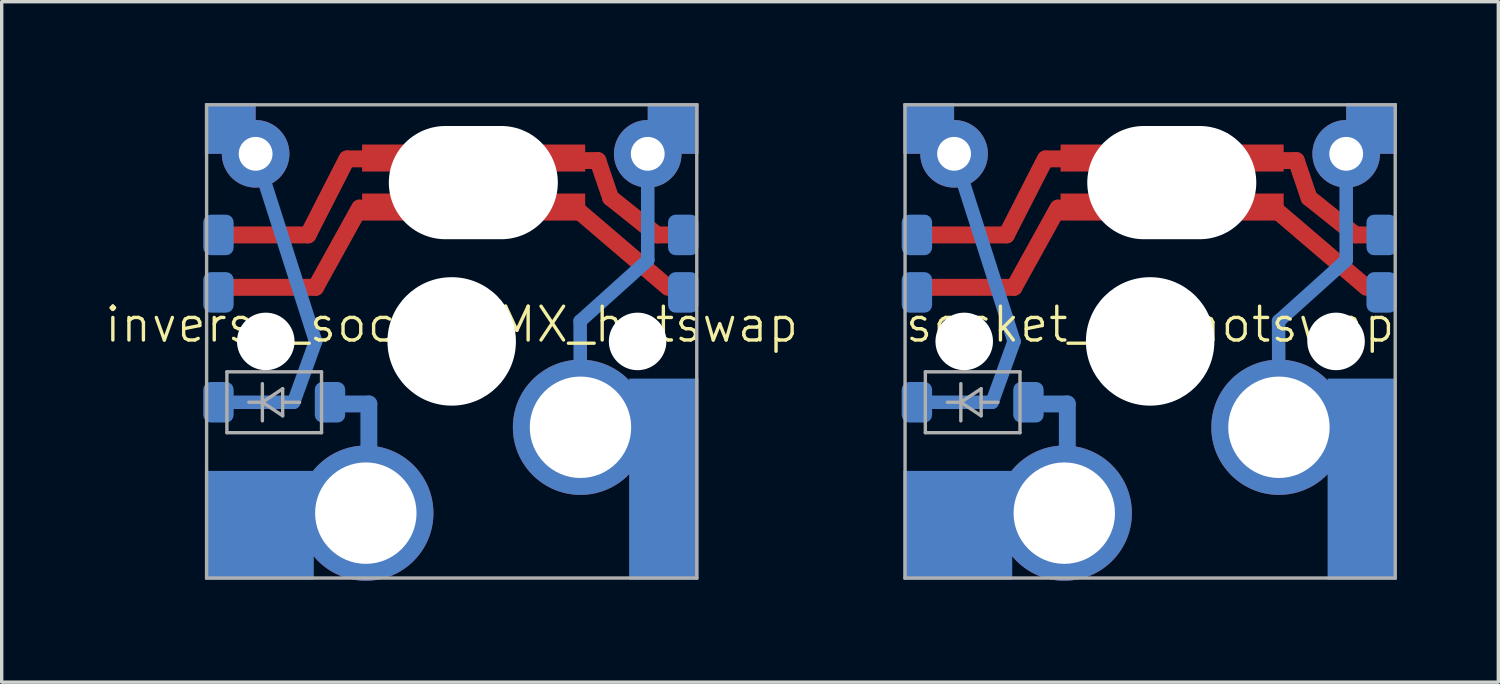
<source format=kicad_pcb>
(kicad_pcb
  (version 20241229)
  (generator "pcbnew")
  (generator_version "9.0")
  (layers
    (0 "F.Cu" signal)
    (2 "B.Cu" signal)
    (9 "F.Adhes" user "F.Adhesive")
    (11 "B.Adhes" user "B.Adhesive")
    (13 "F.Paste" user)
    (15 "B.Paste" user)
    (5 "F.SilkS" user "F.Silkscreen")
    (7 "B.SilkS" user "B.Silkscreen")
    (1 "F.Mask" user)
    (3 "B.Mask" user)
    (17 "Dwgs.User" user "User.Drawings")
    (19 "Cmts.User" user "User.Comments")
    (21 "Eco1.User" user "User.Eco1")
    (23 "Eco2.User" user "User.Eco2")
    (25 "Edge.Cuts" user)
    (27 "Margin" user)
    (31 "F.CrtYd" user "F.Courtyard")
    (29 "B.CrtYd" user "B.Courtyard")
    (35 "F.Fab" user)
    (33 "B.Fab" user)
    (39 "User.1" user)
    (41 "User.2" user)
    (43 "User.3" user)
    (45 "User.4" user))
  (footprint "socket_MX_hotswap"
    (layer "F.Cu")
    (at 30.974 7.05)
    (property "Reference" "socket_MX_hotswap" (at 0 -0.5 0) (unlocked yes) (layer "F.SilkS") (effects (font (size 1 1) (thickness 0.1))))
    (fp_line (start -4.25 -3.15) (end -6.775 -3.15) (stroke (width 0.5) (type default)) (layer "F.Cu"))
    (fp_line (start -4.025 -1.6) (end -6.9 -1.6) (stroke (width 0.5) (type default)) (layer "F.Cu"))
    (fp_line (start -3.1 -5.4) (end -4.25 -3.15) (stroke (width 0.5) (type default)) (layer "F.Cu"))
    (fp_line (start -2.725 -3.95) (end -4.025 -1.6) (stroke (width 0.5) (type default)) (layer "F.Cu"))
    (fp_line (start -2.425 -5.4) (end -3.075 -5.4) (stroke (width 0.5) (type default)) (layer "F.Cu"))
    (fp_line (start 4.325 -5.35) (end 3.675 -5.35) (stroke (width 0.5) (type default)) (layer "F.Cu"))
    (fp_line (start 4.7 -4.25) (end 4.325 -5.35) (stroke (width 0.5) (type default)) (layer "F.Cu"))
    (fp_line (start 6.075 -3.15) (end 4.7 -4.25) (stroke (width 0.5) (type default)) (layer "F.Cu"))
    (fp_line (start 6.4 -1.6) (end 3.65 -3.95) (stroke (width 0.5) (type default)) (layer "F.Cu"))
    (fp_line (start 6.725 -3.15) (end 6.075 -3.15) (stroke (width 0.5) (type default)) (layer "F.Cu"))
    (fp_line (start -6.9 1.8) (end -4.675 1.8) (stroke (width 0.4) (type default)) (layer "B.Cu"))
    (fp_line (start -4.675 1.8) (end -4.025 0) (stroke (width 0.4) (type default)) (layer "B.Cu"))
    (fp_line (start -4.025 0) (end -5.8 -5.55) (stroke (width 0.4) (type default)) (layer "B.Cu"))
    (fp_line (start -2.45 1.85) (end -3.1 1.85) (stroke (width 0.5) (type default)) (layer "B.Cu"))
    (fp_line (start -2.45 1.85) (end -2.45 3.3) (stroke (width 0.5) (type default)) (layer "B.Cu"))
    (fp_line (start 3.81 2.54) (end 3.8 -0.6) (stroke (width 0.4) (type default)) (layer "B.Cu"))
    (fp_line (start 5.8 -5.55) (end 5.8 -2.4) (stroke (width 0.4) (type default)) (layer "B.Cu"))
    (fp_line (start 5.8 -2.4) (end 3.8 -0.6) (stroke (width 0.4) (type default)) (layer "B.Cu"))
    (fp_line (start -6.9 6.9) (end -6.9 -6.9) (stroke (width 0.15) (type solid)) (layer "Eco2.User"))
    (fp_line (start -6.9 6.9) (end 6.9 6.9) (stroke (width 0.15) (type solid)) (layer "Eco2.User"))
    (fp_line (start -1.776 -3.09) (end -1.776 -6.29) (stroke (width 0.15) (type solid)) (layer "Eco2.User"))
    (fp_line (start -1.776 -3.09) (end 3.05 -3.09) (stroke (width 0.15) (type solid)) (layer "Eco2.User"))
    (fp_line (start 3.05 -6.29) (end -1.776 -6.29) (stroke (width 0.15) (type solid)) (layer "Eco2.User"))
    (fp_line (start 3.05 -3.09) (end 3.05 -6.29) (stroke (width 0.15) (type solid)) (layer "Eco2.User"))
    (fp_line (start 6.9 -6.9) (end -6.9 -6.9) (stroke (width 0.15) (type solid)) (layer "Eco2.User"))
    (fp_line (start 6.9 -6.9) (end 6.9 6.9) (stroke (width 0.15) (type solid)) (layer "Eco2.User"))
    (fp_line (start -7.25 -7) (end -7.25 7) (stroke (width 0.1) (type default)) (layer "F.Fab"))
    (fp_line (start -7.25 7) (end 7.25 7) (stroke (width 0.1) (type default)) (layer "F.Fab"))
    (fp_line (start -6.65 0.9) (end -3.85 0.9) (stroke (width 0.1) (type solid)) (layer "F.Fab"))
    (fp_line (start -6.65 2.7) (end -6.65 0.9) (stroke (width 0.1) (type solid)) (layer "F.Fab"))
    (fp_line (start -6 1.8) (end -5.6 1.8) (stroke (width 0.1) (type solid)) (layer "F.Fab"))
    (fp_line (start -5.6 1.8) (end -5.6 1.25) (stroke (width 0.1) (type solid)) (layer "F.Fab"))
    (fp_line (start -5.6 1.8) (end -5.6 2.35) (stroke (width 0.1) (type solid)) (layer "F.Fab"))
    (fp_line (start -5.6 1.8) (end -5 1.4) (stroke (width 0.1) (type solid)) (layer "F.Fab"))
    (fp_line (start -5 1.4) (end -5 2.2) (stroke (width 0.1) (type solid)) (layer "F.Fab"))
    (fp_line (start -5 1.8) (end -4.5 1.8) (stroke (width 0.1) (type solid)) (layer "F.Fab"))
    (fp_line (start -5 2.2) (end -5.6 1.8) (stroke (width 0.1) (type solid)) (layer "F.Fab"))
    (fp_line (start -3.85 0.9) (end -3.85 2.7) (stroke (width 0.1) (type solid)) (layer "F.Fab"))
    (fp_line (start -3.85 2.7) (end -6.65 2.7) (stroke (width 0.1) (type solid)) (layer "F.Fab"))
    (fp_line (start -0.95 -6.1) (end 2.25 -6.1) (stroke (width 0.127) (type solid)) (layer "F.Fab"))
    (fp_line (start -0.95 -3.3) (end -0.95 -6.1) (stroke (width 0.127) (type solid)) (layer "F.Fab"))
    (fp_line (start 2.25 -6.1) (end 2.25 -3.3) (stroke (width 0.127) (type solid)) (layer "F.Fab"))
    (fp_line (start 2.25 -3.3) (end -0.95 -3.3) (stroke (width 0.127) (type solid)) (layer "F.Fab"))
    (fp_line (start 7.25 -7) (end -7.25 -7) (stroke (width 0.1) (type default)) (layer "F.Fab"))
    (fp_line (start 7.25 7) (end 7.25 -7) (stroke (width 0.1) (type default)) (layer "F.Fab"))
    (pad "" smd rect (at -6.55 -6.3) (size 1.5 1.5) (layers "*.Paste" "*.Mask" "F.Cu"))
    (pad "" smd rect (at -6.55 -6.3) (size 1.5 1.5) (layers "B.Cu" "B.Mask" "B.Paste"))
    (pad "" smd rect (at -5.69 5.44) (size 3.22 3.22) (layers "B.Cu" "B.Mask" "B.Paste"))
    (pad "" np_thru_hole circle (at -5.5 0 180) (size 1.702 1.702) (drill 1.702) (layers "*.Cu" "*.Mask"))
    (pad "" smd roundrect (at -3.6 1.8) (size 0.9 1.2) (layers "B.Cu" "B.Mask" "B.Paste") (roundrect_rratio 0.25))
    (pad "" thru_hole circle (at -2.54 5.08) (size 4 4) (drill 3) (layers "*.Cu" "*.Mask"))
    (pad "" np_thru_hole circle (at 0 0) (size 3.8 3.8) (drill 5) (layers "*.Cu" "*.Mask"))
    (pad "" np_thru_hole oval (at 0.64 -4.698 180) (size 5 3.35) (drill oval 5 3.35) (layers "*.Cu" "*.Mask"))
    (pad "" np_thru_hole circle (at 0.65 -4.7) (size 3.3 3.3) (drill 3.3) (layers "*.Cu" "*.Mask"))
    (pad "" thru_hole circle (at 3.81 2.54) (size 4 4) (drill 3) (layers "*.Cu" "*.Mask"))
    (pad "" np_thru_hole circle (at 5.5 0 180) (size 1.702 1.702) (drill 1.702) (layers "*.Cu" "*.Mask"))
    (pad "" smd rect (at 6.275 4.075) (size 2.05 5.95) (layers "B.Cu" "B.Mask" "B.Paste"))
    (pad "" smd rect (at 6.55 -6.3) (size 1.5 1.5) (layers "*.Paste" "*.Mask" "F.Cu"))
    (pad "" smd rect (at 6.55 -6.3) (size 1.5 1.5) (layers "B.Cu" "B.Mask" "B.Paste"))
    (pad "1" smd roundrect (at -6.9 1.8) (size 0.9 1.2) (layers "B.Cu" "B.Mask" "B.Paste") (roundrect_rratio 0.25))
    (pad "1" thru_hole circle (at -5.8 -5.55) (size 2 2) (drill 1) (layers "*.Cu" "*.Mask"))
    (pad "2" thru_hole circle (at 5.8 -5.55) (size 2 2) (drill 1) (layers "*.Cu" "*.Mask"))
    (pad "3" smd roundrect (at -6.9 -3.15) (size 0.9 1.2) (layers "*.Paste" "*.Mask" "B.Cu") (roundrect_rratio 0.25))
    (pad "3" smd rect (at 3.25 -5.425) (size 1.4 0.8) (layers "*.Paste" "*.Mask" "F.Cu"))
    (pad "4" smd roundrect (at -6.9 -1.45) (size 0.9 1.2) (layers "*.Paste" "*.Mask" "B.Cu") (roundrect_rratio 0.25))
    (pad "4" smd rect (at -1.95 -5.425) (size 1.4 0.8) (layers "*.Paste" "*.Mask" "F.Cu"))
    (pad "4" smd rect (at -1.95 -3.975) (size 1.4 0.8) (layers "*.Paste" "*.Mask" "F.Cu"))
    (pad "5" smd roundrect (at 6.85 -1.45) (size 0.9 1.2) (layers "*.Paste" "*.Mask" "B.Cu") (roundrect_rratio 0.25))
    (pad "6" smd rect (at 3.25 -3.975) (size 1.4 0.8) (layers "*.Paste" "*.Mask" "F.Cu"))
    (pad "6" smd roundrect (at 6.85 -3.15) (size 0.9 1.2) (layers "*.Paste" "*.Mask" "B.Cu") (roundrect_rratio 0.25)))
  (footprint "inverse_socket_MX_hotswap"
    (layer "F.Cu")
    (at 10.312 7.05)
    (property "Reference" "inverse_socket_MX_hotswap" (at 0 -0.5 0) (unlocked yes) (layer "F.SilkS") (effects (font (size 1 1) (thickness 0.1))))
    (fp_line (start -4.25 -3.15) (end -6.775 -3.15) (stroke (width 0.5) (type default)) (layer "F.Cu"))
    (fp_line (start -4.025 -1.6) (end -6.9 -1.6) (stroke (width 0.5) (type default)) (layer "F.Cu"))
    (fp_line (start -3.1 -5.4) (end -4.25 -3.15) (stroke (width 0.5) (type default)) (layer "F.Cu"))
    (fp_line (start -2.725 -3.95) (end -4.025 -1.6) (stroke (width 0.5) (type default)) (layer "F.Cu"))
    (fp_line (start -2.425 -5.4) (end -3.075 -5.4) (stroke (width 0.5) (type default)) (layer "F.Cu"))
    (fp_line (start 4.325 -5.35) (end 3.675 -5.35) (stroke (width 0.5) (type default)) (layer "F.Cu"))
    (fp_line (start 4.7 -4.25) (end 4.325 -5.35) (stroke (width 0.5) (type default)) (layer "F.Cu"))
    (fp_line (start 6.075 -3.15) (end 4.7 -4.25) (stroke (width 0.5) (type default)) (layer "F.Cu"))
    (fp_line (start 6.4 -1.6) (end 3.65 -3.95) (stroke (width 0.5) (type default)) (layer "F.Cu"))
    (fp_line (start 6.725 -3.15) (end 6.075 -3.15) (stroke (width 0.5) (type default)) (layer "F.Cu"))
    (fp_line (start -6.9 1.8) (end -4.675 1.8) (stroke (width 0.4) (type default)) (layer "B.Cu"))
    (fp_line (start -4.675 1.8) (end -4.025 0) (stroke (width 0.4) (type default)) (layer "B.Cu"))
    (fp_line (start -4.025 0) (end -5.8 -5.55) (stroke (width 0.4) (type default)) (layer "B.Cu"))
    (fp_line (start -2.45 1.85) (end -3.1 1.85) (stroke (width 0.5) (type default)) (layer "B.Cu"))
    (fp_line (start -2.45 1.85) (end -2.45 3.3) (stroke (width 0.5) (type default)) (layer "B.Cu"))
    (fp_line (start 3.81 2.54) (end 3.8 -0.6) (stroke (width 0.4) (type default)) (layer "B.Cu"))
    (fp_line (start 5.8 -5.55) (end 5.8 -2.4) (stroke (width 0.4) (type default)) (layer "B.Cu"))
    (fp_line (start 5.8 -2.4) (end 3.8 -0.6) (stroke (width 0.4) (type default)) (layer "B.Cu"))
    (fp_line (start -6.9 6.9) (end -6.9 -6.9) (stroke (width 0.15) (type solid)) (layer "Eco2.User"))
    (fp_line (start -6.9 6.9) (end 6.9 6.9) (stroke (width 0.15) (type solid)) (layer "Eco2.User"))
    (fp_line (start -1.776 -3.09) (end -1.776 -6.29) (stroke (width 0.15) (type solid)) (layer "Eco2.User"))
    (fp_line (start -1.776 -3.09) (end 3.05 -3.09) (stroke (width 0.15) (type solid)) (layer "Eco2.User"))
    (fp_line (start 3.05 -6.29) (end -1.776 -6.29) (stroke (width 0.15) (type solid)) (layer "Eco2.User"))
    (fp_line (start 3.05 -3.09) (end 3.05 -6.29) (stroke (width 0.15) (type solid)) (layer "Eco2.User"))
    (fp_line (start 6.9 -6.9) (end -6.9 -6.9) (stroke (width 0.15) (type solid)) (layer "Eco2.User"))
    (fp_line (start 6.9 -6.9) (end 6.9 6.9) (stroke (width 0.15) (type solid)) (layer "Eco2.User"))
    (fp_line (start -7.25 -7) (end -7.25 7) (stroke (width 0.1) (type default)) (layer "F.Fab"))
    (fp_line (start -7.25 7) (end 7.25 7) (stroke (width 0.1) (type default)) (layer "F.Fab"))
    (fp_line (start -6.65 0.9) (end -3.85 0.9) (stroke (width 0.1) (type solid)) (layer "F.Fab"))
    (fp_line (start -6.65 2.7) (end -6.65 0.9) (stroke (width 0.1) (type solid)) (layer "F.Fab"))
    (fp_line (start -6 1.8) (end -5.6 1.8) (stroke (width 0.1) (type solid)) (layer "F.Fab"))
    (fp_line (start -5.6 1.8) (end -5.6 1.25) (stroke (width 0.1) (type solid)) (layer "F.Fab"))
    (fp_line (start -5.6 1.8) (end -5.6 2.35) (stroke (width 0.1) (type solid)) (layer "F.Fab"))
    (fp_line (start -5.6 1.8) (end -5 1.4) (stroke (width 0.1) (type solid)) (layer "F.Fab"))
    (fp_line (start -5 1.4) (end -5 2.2) (stroke (width 0.1) (type solid)) (layer "F.Fab"))
    (fp_line (start -5 1.8) (end -4.5 1.8) (stroke (width 0.1) (type solid)) (layer "F.Fab"))
    (fp_line (start -5 2.2) (end -5.6 1.8) (stroke (width 0.1) (type solid)) (layer "F.Fab"))
    (fp_line (start -3.85 0.9) (end -3.85 2.7) (stroke (width 0.1) (type solid)) (layer "F.Fab"))
    (fp_line (start -3.85 2.7) (end -6.65 2.7) (stroke (width 0.1) (type solid)) (layer "F.Fab"))
    (fp_line (start -0.95 -6.1) (end 2.25 -6.1) (stroke (width 0.127) (type solid)) (layer "F.Fab"))
    (fp_line (start -0.95 -3.3) (end -0.95 -6.1) (stroke (width 0.127) (type solid)) (layer "F.Fab"))
    (fp_line (start 2.25 -6.1) (end 2.25 -3.3) (stroke (width 0.127) (type solid)) (layer "F.Fab"))
    (fp_line (start 2.25 -3.3) (end -0.95 -3.3) (stroke (width 0.127) (type solid)) (layer "F.Fab"))
    (fp_line (start 7.25 -7) (end -7.25 -7) (stroke (width 0.1) (type default)) (layer "F.Fab"))
    (fp_line (start 7.25 7) (end 7.25 -7) (stroke (width 0.1) (type default)) (layer "F.Fab"))
    (pad "" smd rect (at -6.55 -6.3) (size 1.5 1.5) (layers "*.Paste" "*.Mask" "F.Cu"))
    (pad "" smd rect (at -6.55 -6.3) (size 1.5 1.5) (layers "B.Cu" "B.Mask" "B.Paste"))
    (pad "" smd rect (at -5.69 5.44) (size 3.22 3.22) (layers "B.Cu" "B.Mask" "B.Paste"))
    (pad "" np_thru_hole circle (at -5.5 0 180) (size 1.702 1.702) (drill 1.702) (layers "*.Cu" "*.Mask"))
    (pad "" smd roundrect (at -3.6 1.8) (size 0.9 1.2) (layers "B.Cu" "B.Mask" "B.Paste") (roundrect_rratio 0.25))
    (pad "" thru_hole circle (at -2.54 5.08) (size 4 4) (drill 3) (layers "*.Cu" "*.Mask"))
    (pad "" np_thru_hole circle (at 0 0) (size 3.8 3.8) (drill 5) (layers "*.Cu" "*.Mask"))
    (pad "" np_thru_hole oval (at 0.64 -4.698 180) (size 5 3.35) (drill oval 5 3.35) (layers "*.Cu" "*.Mask"))
    (pad "" np_thru_hole circle (at 0.65 -4.7) (size 3.3 3.3) (drill 3.3) (layers "*.Cu" "*.Mask"))
    (pad "" thru_hole circle (at 3.81 2.54) (size 4 4) (drill 3) (layers "*.Cu" "*.Mask"))
    (pad "" np_thru_hole circle (at 5.5 0 180) (size 1.702 1.702) (drill 1.702) (layers "*.Cu" "*.Mask"))
    (pad "" smd rect (at 6.275 4.075) (size 2.05 5.95) (layers "B.Cu" "B.Mask" "B.Paste"))
    (pad "" smd rect (at 6.55 -6.3) (size 1.5 1.5) (layers "*.Paste" "*.Mask" "F.Cu"))
    (pad "" smd rect (at 6.55 -6.3) (size 1.5 1.5) (layers "B.Cu" "B.Mask" "B.Paste"))
    (pad "1" smd roundrect (at -6.9 1.8) (size 0.9 1.2) (layers "B.Cu" "B.Mask" "B.Paste") (roundrect_rratio 0.25))
    (pad "1" thru_hole circle (at -5.8 -5.55) (size 2 2) (drill 1) (layers "*.Cu" "*.Mask"))
    (pad "2" thru_hole circle (at 5.8 -5.55) (size 2 2) (drill 1) (layers "*.Cu" "*.Mask"))
    (pad "3" smd roundrect (at -6.9 -3.15) (size 0.9 1.2) (layers "*.Paste" "*.Mask" "B.Cu") (roundrect_rratio 0.25))
    (pad "3" smd rect (at 3.25 -5.425) (size 1.4 0.8) (layers "*.Paste" "*.Mask" "F.Cu"))
    (pad "4" smd roundrect (at -6.9 -1.45) (size 0.9 1.2) (layers "*.Paste" "*.Mask" "B.Cu") (roundrect_rratio 0.25))
    (pad "4" smd rect (at -1.95 -5.425) (size 1.4 0.8) (layers "*.Paste" "*.Mask" "F.Cu"))
    (pad "4" smd rect (at -1.95 -3.975) (size 1.4 0.8) (layers "*.Paste" "*.Mask" "F.Cu"))
    (pad "5" smd roundrect (at 6.85 -1.45) (size 0.9 1.2) (layers "*.Paste" "*.Mask" "B.Cu") (roundrect_rratio 0.25))
    (pad "6" smd rect (at 3.25 -3.975) (size 1.4 0.8) (layers "*.Paste" "*.Mask" "F.Cu"))
    (pad "6" smd roundrect (at 6.85 -3.15) (size 0.9 1.2) (layers "*.Paste" "*.Mask" "B.Cu") (roundrect_rratio 0.25)))
  (gr_rect
    (start -3 -3)
    (end 41.274 17.13)
    (stroke (width 0.1) (type default))
    (fill no)
    (layer "Edge.Cuts")))
</source>
